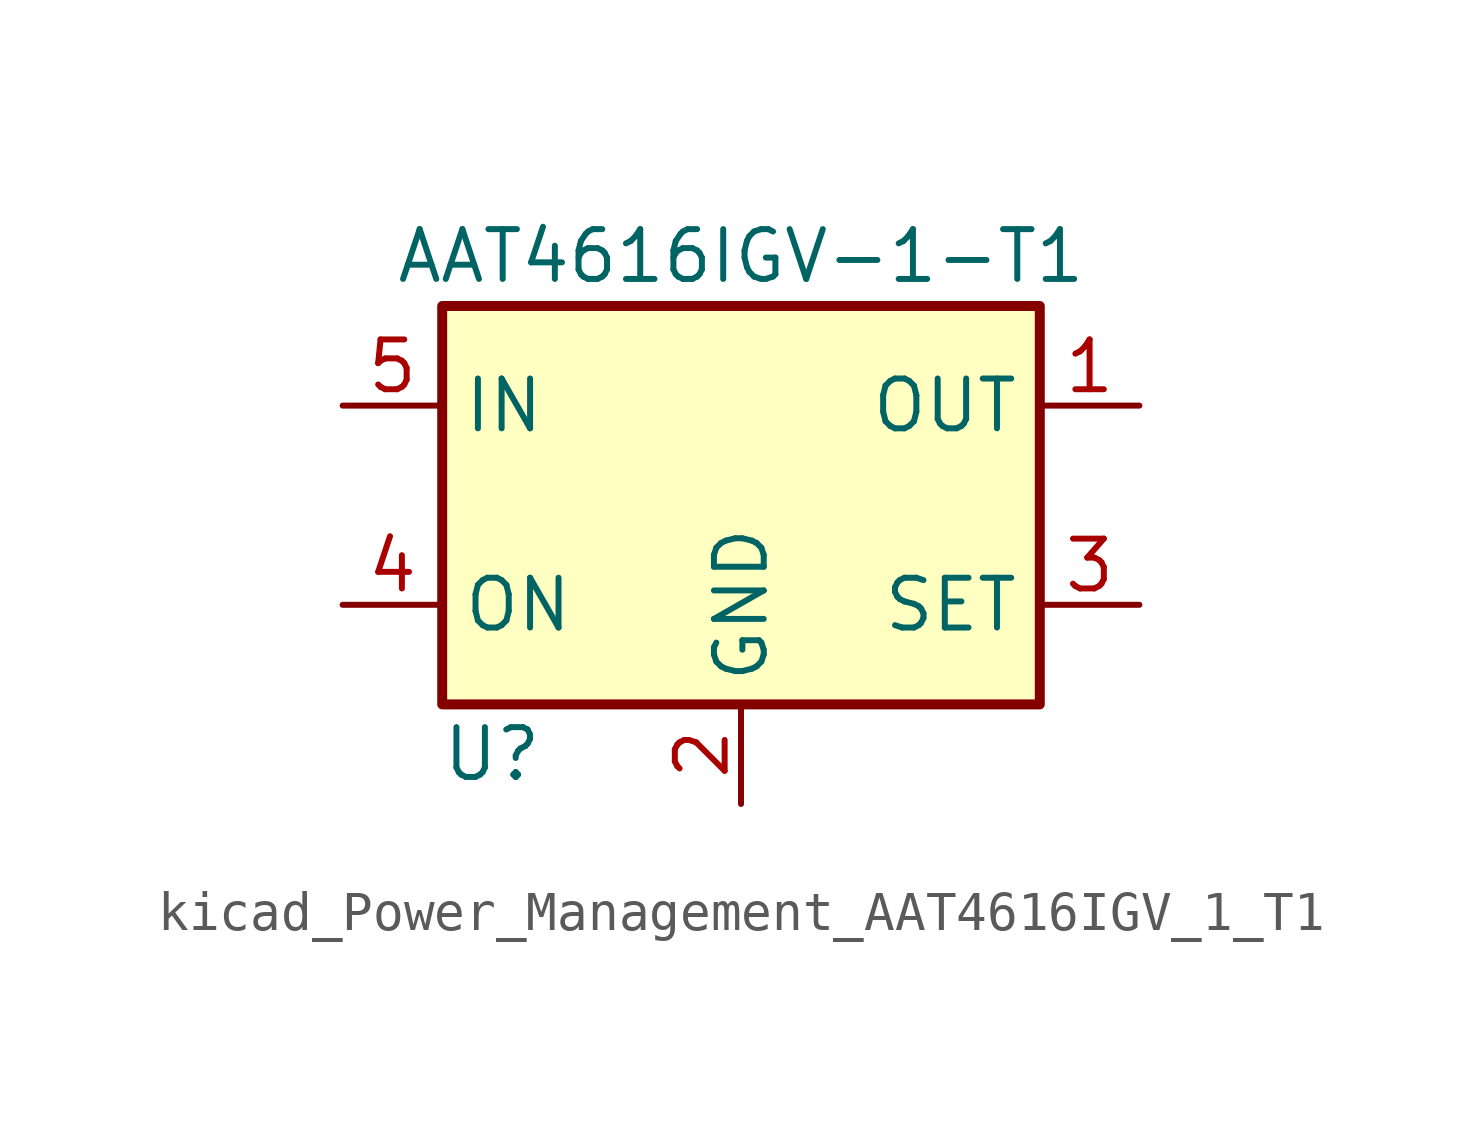
<source format=kicad_sym>
(kicad_symbol_lib
  (version 20220914)
  (generator kicad_symbol_editor)
  (symbol "kicad_Power_Management_AAT4616IGV_1_T1"
    (property "Reference" "U"
      (at -6.35 -6.35 0)
      (effects (font (size 1.27 1.27))))
    (property "Value" "AAT4616IGV-1-T1"
      (at 0 6.35 0)
      (effects (font (size 1.27 1.27))))
    (symbol "kicad_Power_Management_AAT4616IGV_1_T1_0_1"
      (rectangle (start -7.62 5.08) (end 7.62 -5.08) (stroke (width 0.254) (type default)) (fill (type background))))
    (symbol "kicad_Power_Management_AAT4616IGV_1_T1_1_1"
      (pin power_out line (at 10.16 2.54 180) (length 2.54) (name "OUT" (effects (font (size 1.27 1.27)))) (number "1" (effects (font (size 1.27 1.27)))))
      (pin power_in line (at 0 -7.62 90) (length 2.54) (name "GND" (effects (font (size 1.27 1.27)))) (number "2" (effects (font (size 1.27 1.27)))))
      (pin passive line (at 10.16 -2.54 180) (length 2.54) (name "SET" (effects (font (size 1.27 1.27)))) (number "3" (effects (font (size 1.27 1.27)))))
      (pin input line (at -10.16 -2.54 0) (length 2.54) (name "ON" (effects (font (size 1.27 1.27)))) (number "4" (effects (font (size 1.27 1.27)))))
      (pin power_in line (at -10.16 2.54 0) (length 2.54) (name "IN" (effects (font (size 1.27 1.27)))) (number "5" (effects (font (size 1.27 1.27))))))))
</source>
